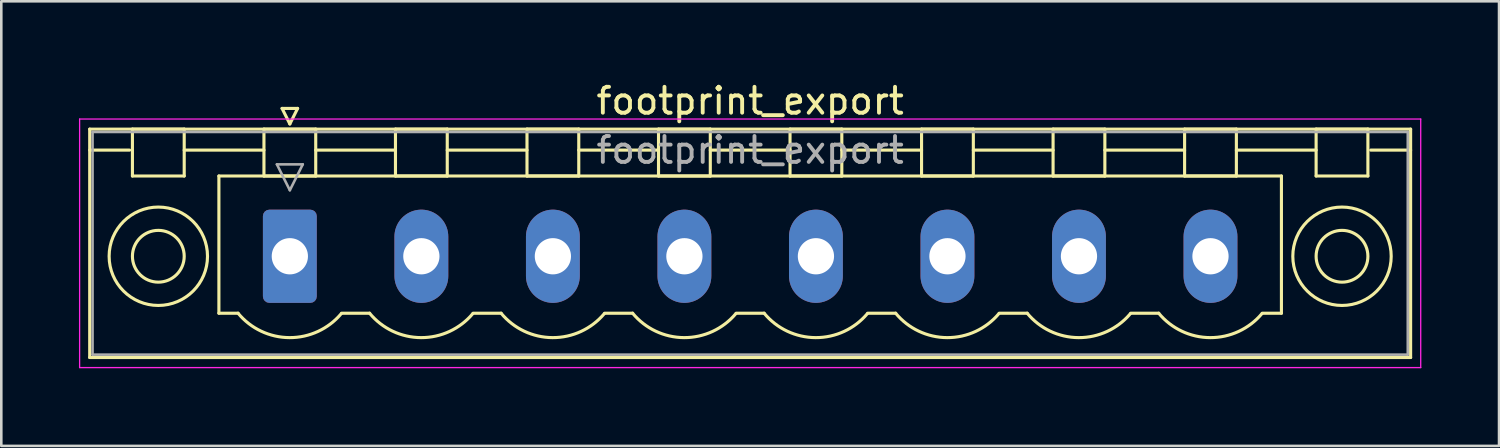
<source format=kicad_pcb>
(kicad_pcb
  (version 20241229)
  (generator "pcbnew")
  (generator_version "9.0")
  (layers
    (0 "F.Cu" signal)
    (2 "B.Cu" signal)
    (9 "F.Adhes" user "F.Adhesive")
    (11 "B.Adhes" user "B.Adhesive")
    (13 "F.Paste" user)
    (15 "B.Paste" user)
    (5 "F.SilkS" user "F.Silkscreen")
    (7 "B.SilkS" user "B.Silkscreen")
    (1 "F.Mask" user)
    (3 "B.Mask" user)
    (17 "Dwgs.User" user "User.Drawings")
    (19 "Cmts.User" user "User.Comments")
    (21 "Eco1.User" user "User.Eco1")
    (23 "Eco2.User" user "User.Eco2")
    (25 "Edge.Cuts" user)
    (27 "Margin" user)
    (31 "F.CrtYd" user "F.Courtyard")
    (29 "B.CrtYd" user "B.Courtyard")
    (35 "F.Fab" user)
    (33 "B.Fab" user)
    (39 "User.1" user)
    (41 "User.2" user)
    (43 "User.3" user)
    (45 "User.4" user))
  (footprint "footprint_export"
    (layer "F.Cu")
    (at 8.145 6.848)
    (property "Reference" "footprint_export" (at 17.78 -6 0) (layer "F.SilkS") (effects (font (size 1 1) (thickness 0.15))))
    (attr through_hole)
    (fp_line (start -7.73 -4.91) (end -7.73 3.91) (stroke (width 0.12) (type solid)) (layer "F.SilkS"))
    (fp_line (start -7.73 -4.1) (end -6.19 -4.1) (stroke (width 0.12) (type solid)) (layer "F.SilkS"))
    (fp_line (start -7.73 3.91) (end 43.29 3.91) (stroke (width 0.12) (type solid)) (layer "F.SilkS"))
    (fp_line (start -6.08 -4.91) (end -4.08 -4.91) (stroke (width 0.12) (type solid)) (layer "F.SilkS"))
    (fp_line (start -6.08 -3.1) (end -6.08 -4.91) (stroke (width 0.12) (type solid)) (layer "F.SilkS"))
    (fp_line (start -4.08 -4.91) (end -4.08 -3.1) (stroke (width 0.12) (type solid)) (layer "F.SilkS"))
    (fp_line (start -4.08 -4.1) (end -1 -4.1) (stroke (width 0.12) (type solid)) (layer "F.SilkS"))
    (fp_line (start -4.08 -3.1) (end -6.08 -3.1) (stroke (width 0.12) (type solid)) (layer "F.SilkS"))
    (fp_line (start -2.74 -3.1) (end 38.3 -3.1) (stroke (width 0.12) (type solid)) (layer "F.SilkS"))
    (fp_line (start -2.74 2.2) (end -2.74 -3.1) (stroke (width 0.12) (type solid)) (layer "F.SilkS"))
    (fp_line (start -2 2.2) (end -2.74 2.2) (stroke (width 0.12) (type solid)) (layer "F.SilkS"))
    (fp_line (start -1 -4.91) (end 1 -4.91) (stroke (width 0.12) (type solid)) (layer "F.SilkS"))
    (fp_line (start -1 -3.1) (end -1 -4.91) (stroke (width 0.12) (type solid)) (layer "F.SilkS"))
    (fp_line (start -0.3 -5.71) (end 0.3 -5.71) (stroke (width 0.12) (type solid)) (layer "F.SilkS"))
    (fp_line (start 0 -5.11) (end -0.3 -5.71) (stroke (width 0.12) (type solid)) (layer "F.SilkS"))
    (fp_line (start 0.3 -5.71) (end 0 -5.11) (stroke (width 0.12) (type solid)) (layer "F.SilkS"))
    (fp_line (start 1 -4.91) (end 1 -3.1) (stroke (width 0.12) (type solid)) (layer "F.SilkS"))
    (fp_line (start 1 -4.1) (end 4.08 -4.1) (stroke (width 0.12) (type solid)) (layer "F.SilkS"))
    (fp_line (start 1 -3.1) (end -1 -3.1) (stroke (width 0.12) (type solid)) (layer "F.SilkS"))
    (fp_line (start 2 2.2) (end 3.08 2.2) (stroke (width 0.12) (type solid)) (layer "F.SilkS"))
    (fp_line (start 4.08 -4.91) (end 6.08 -4.91) (stroke (width 0.12) (type solid)) (layer "F.SilkS"))
    (fp_line (start 4.08 -3.1) (end 4.08 -4.91) (stroke (width 0.12) (type solid)) (layer "F.SilkS"))
    (fp_line (start 6.08 -4.91) (end 6.08 -3.1) (stroke (width 0.12) (type solid)) (layer "F.SilkS"))
    (fp_line (start 6.08 -4.1) (end 9.16 -4.1) (stroke (width 0.12) (type solid)) (layer "F.SilkS"))
    (fp_line (start 6.08 -3.1) (end 4.08 -3.1) (stroke (width 0.12) (type solid)) (layer "F.SilkS"))
    (fp_line (start 7.08 2.2) (end 8.16 2.2) (stroke (width 0.12) (type solid)) (layer "F.SilkS"))
    (fp_line (start 9.16 -4.91) (end 11.16 -4.91) (stroke (width 0.12) (type solid)) (layer "F.SilkS"))
    (fp_line (start 9.16 -3.1) (end 9.16 -4.91) (stroke (width 0.12) (type solid)) (layer "F.SilkS"))
    (fp_line (start 11.16 -4.91) (end 11.16 -3.1) (stroke (width 0.12) (type solid)) (layer "F.SilkS"))
    (fp_line (start 11.16 -4.1) (end 14.24 -4.1) (stroke (width 0.12) (type solid)) (layer "F.SilkS"))
    (fp_line (start 11.16 -3.1) (end 9.16 -3.1) (stroke (width 0.12) (type solid)) (layer "F.SilkS"))
    (fp_line (start 12.16 2.2) (end 13.24 2.2) (stroke (width 0.12) (type solid)) (layer "F.SilkS"))
    (fp_line (start 14.24 -4.91) (end 16.24 -4.91) (stroke (width 0.12) (type solid)) (layer "F.SilkS"))
    (fp_line (start 14.24 -3.1) (end 14.24 -4.91) (stroke (width 0.12) (type solid)) (layer "F.SilkS"))
    (fp_line (start 16.24 -4.91) (end 16.24 -3.1) (stroke (width 0.12) (type solid)) (layer "F.SilkS"))
    (fp_line (start 16.24 -4.1) (end 19.32 -4.1) (stroke (width 0.12) (type solid)) (layer "F.SilkS"))
    (fp_line (start 16.24 -3.1) (end 14.24 -3.1) (stroke (width 0.12) (type solid)) (layer "F.SilkS"))
    (fp_line (start 17.24 2.2) (end 18.32 2.2) (stroke (width 0.12) (type solid)) (layer "F.SilkS"))
    (fp_line (start 19.32 -4.91) (end 21.32 -4.91) (stroke (width 0.12) (type solid)) (layer "F.SilkS"))
    (fp_line (start 19.32 -3.1) (end 19.32 -4.91) (stroke (width 0.12) (type solid)) (layer "F.SilkS"))
    (fp_line (start 21.32 -4.91) (end 21.32 -3.1) (stroke (width 0.12) (type solid)) (layer "F.SilkS"))
    (fp_line (start 21.32 -4.1) (end 24.4 -4.1) (stroke (width 0.12) (type solid)) (layer "F.SilkS"))
    (fp_line (start 21.32 -3.1) (end 19.32 -3.1) (stroke (width 0.12) (type solid)) (layer "F.SilkS"))
    (fp_line (start 22.32 2.2) (end 23.4 2.2) (stroke (width 0.12) (type solid)) (layer "F.SilkS"))
    (fp_line (start 24.4 -4.91) (end 26.4 -4.91) (stroke (width 0.12) (type solid)) (layer "F.SilkS"))
    (fp_line (start 24.4 -3.1) (end 24.4 -4.91) (stroke (width 0.12) (type solid)) (layer "F.SilkS"))
    (fp_line (start 26.4 -4.91) (end 26.4 -3.1) (stroke (width 0.12) (type solid)) (layer "F.SilkS"))
    (fp_line (start 26.4 -4.1) (end 29.48 -4.1) (stroke (width 0.12) (type solid)) (layer "F.SilkS"))
    (fp_line (start 26.4 -3.1) (end 24.4 -3.1) (stroke (width 0.12) (type solid)) (layer "F.SilkS"))
    (fp_line (start 27.4 2.2) (end 28.48 2.2) (stroke (width 0.12) (type solid)) (layer "F.SilkS"))
    (fp_line (start 29.48 -4.91) (end 31.48 -4.91) (stroke (width 0.12) (type solid)) (layer "F.SilkS"))
    (fp_line (start 29.48 -3.1) (end 29.48 -4.91) (stroke (width 0.12) (type solid)) (layer "F.SilkS"))
    (fp_line (start 31.48 -4.91) (end 31.48 -3.1) (stroke (width 0.12) (type solid)) (layer "F.SilkS"))
    (fp_line (start 31.48 -4.1) (end 34.56 -4.1) (stroke (width 0.12) (type solid)) (layer "F.SilkS"))
    (fp_line (start 31.48 -3.1) (end 29.48 -3.1) (stroke (width 0.12) (type solid)) (layer "F.SilkS"))
    (fp_line (start 32.48 2.2) (end 33.56 2.2) (stroke (width 0.12) (type solid)) (layer "F.SilkS"))
    (fp_line (start 34.56 -4.91) (end 36.56 -4.91) (stroke (width 0.12) (type solid)) (layer "F.SilkS"))
    (fp_line (start 34.56 -3.1) (end 34.56 -4.91) (stroke (width 0.12) (type solid)) (layer "F.SilkS"))
    (fp_line (start 36.56 -4.91) (end 36.56 -3.1) (stroke (width 0.12) (type solid)) (layer "F.SilkS"))
    (fp_line (start 36.56 -4.1) (end 39.64 -4.1) (stroke (width 0.12) (type solid)) (layer "F.SilkS"))
    (fp_line (start 36.56 -3.1) (end 34.56 -3.1) (stroke (width 0.12) (type solid)) (layer "F.SilkS"))
    (fp_line (start 38.3 -3.1) (end 38.3 2.2) (stroke (width 0.12) (type solid)) (layer "F.SilkS"))
    (fp_line (start 38.3 2.2) (end 37.56 2.2) (stroke (width 0.12) (type solid)) (layer "F.SilkS"))
    (fp_line (start 39.64 -4.91) (end 41.64 -4.91) (stroke (width 0.12) (type solid)) (layer "F.SilkS"))
    (fp_line (start 39.64 -3.1) (end 39.64 -4.91) (stroke (width 0.12) (type solid)) (layer "F.SilkS"))
    (fp_line (start 41.64 -4.91) (end 41.64 -3.1) (stroke (width 0.12) (type solid)) (layer "F.SilkS"))
    (fp_line (start 41.64 -3.1) (end 39.64 -3.1) (stroke (width 0.12) (type solid)) (layer "F.SilkS"))
    (fp_line (start 43.29 -4.91) (end -7.73 -4.91) (stroke (width 0.12) (type solid)) (layer "F.SilkS"))
    (fp_line (start 43.29 -4.1) (end 41.75 -4.1) (stroke (width 0.12) (type solid)) (layer "F.SilkS"))
    (fp_line (start 43.29 3.91) (end 43.29 -4.91) (stroke (width 0.12) (type solid)) (layer "F.SilkS"))
    (fp_arc (start 1.986842 2.215821) (mid -0.010289 3.142758) (end -2 2.2) (stroke (width 0.12) (type solid)) (layer "F.SilkS"))
    (fp_arc (start 7.066842 2.215821) (mid 5.069711 3.142758) (end 3.08 2.2) (stroke (width 0.12) (type solid)) (layer "F.SilkS"))
    (fp_arc (start 12.146842 2.215821) (mid 10.149711 3.142758) (end 8.16 2.2) (stroke (width 0.12) (type solid)) (layer "F.SilkS"))
    (fp_arc (start 17.226842 2.215821) (mid 15.229711 3.142758) (end 13.24 2.2) (stroke (width 0.12) (type solid)) (layer "F.SilkS"))
    (fp_arc (start 22.306842 2.215821) (mid 20.309711 3.142758) (end 18.32 2.2) (stroke (width 0.12) (type solid)) (layer "F.SilkS"))
    (fp_arc (start 27.386842 2.215821) (mid 25.389711 3.142758) (end 23.4 2.2) (stroke (width 0.12) (type solid)) (layer "F.SilkS"))
    (fp_arc (start 32.466842 2.215821) (mid 30.469711 3.142758) (end 28.48 2.2) (stroke (width 0.12) (type solid)) (layer "F.SilkS"))
    (fp_arc (start 37.546842 2.215821) (mid 35.549711 3.142758) (end 33.56 2.2) (stroke (width 0.12) (type solid)) (layer "F.SilkS"))
    (fp_circle (center -5.08 0) (end -4.08 0) (stroke (width 0.12) (type solid)) (fill no) (layer "F.SilkS"))
    (fp_circle (center -5.08 0) (end -3.18 0) (stroke (width 0.12) (type solid)) (fill no) (layer "F.SilkS"))
    (fp_circle (center 40.64 0) (end 41.64 0) (stroke (width 0.12) (type solid)) (fill no) (layer "F.SilkS"))
    (fp_circle (center 40.64 0) (end 42.54 0) (stroke (width 0.12) (type solid)) (fill no) (layer "F.SilkS"))
    (fp_line (start -8.12 -5.3) (end -8.12 4.3) (stroke (width 0.05) (type solid)) (layer "F.CrtYd"))
    (fp_line (start -8.12 4.3) (end 43.68 4.3) (stroke (width 0.05) (type solid)) (layer "F.CrtYd"))
    (fp_line (start 43.68 -5.3) (end -8.12 -5.3) (stroke (width 0.05) (type solid)) (layer "F.CrtYd"))
    (fp_line (start 43.68 4.3) (end 43.68 -5.3) (stroke (width 0.05) (type solid)) (layer "F.CrtYd"))
    (fp_line (start -7.62 -4.8) (end -7.62 3.8) (stroke (width 0.1) (type solid)) (layer "F.Fab"))
    (fp_line (start -7.62 3.8) (end 43.18 3.8) (stroke (width 0.1) (type solid)) (layer "F.Fab"))
    (fp_line (start -0.5 -3.55) (end 0.5 -3.55) (stroke (width 0.1) (type solid)) (layer "F.Fab"))
    (fp_line (start 0 -2.55) (end -0.5 -3.55) (stroke (width 0.1) (type solid)) (layer "F.Fab"))
    (fp_line (start 0.5 -3.55) (end 0 -2.55) (stroke (width 0.1) (type solid)) (layer "F.Fab"))
    (fp_line (start 43.18 -4.8) (end -7.62 -4.8) (stroke (width 0.1) (type solid)) (layer "F.Fab"))
    (fp_line (start 43.18 3.8) (end 43.18 -4.8) (stroke (width 0.1) (type solid)) (layer "F.Fab"))
    (fp_text user "${REFERENCE}" (at 17.78 -4.1 0) (layer "F.Fab") (effects (font (size 1 1) (thickness 0.15))))
    (pad "1" thru_hole roundrect (at 0 0) (size 2.08 3.6) (drill 1.4) (layers "*.Cu" "*.Mask") (roundrect_rratio 0.12))
    (pad "2" thru_hole oval (at 5.08 0) (size 2.08 3.6) (drill 1.4) (layers "*.Cu" "*.Mask"))
    (pad "3" thru_hole oval (at 10.16 0) (size 2.08 3.6) (drill 1.4) (layers "*.Cu" "*.Mask"))
    (pad "4" thru_hole oval (at 15.24 0) (size 2.08 3.6) (drill 1.4) (layers "*.Cu" "*.Mask"))
    (pad "5" thru_hole oval (at 20.32 0) (size 2.08 3.6) (drill 1.4) (layers "*.Cu" "*.Mask"))
    (pad "6" thru_hole oval (at 25.4 0) (size 2.08 3.6) (drill 1.4) (layers "*.Cu" "*.Mask"))
    (pad "7" thru_hole oval (at 30.48 0) (size 2.08 3.6) (drill 1.4) (layers "*.Cu" "*.Mask"))
    (pad "8" thru_hole oval (at 35.56 0) (size 2.08 3.6) (drill 1.4) (layers "*.Cu" "*.Mask")))
  (gr_rect
    (start -3 -3)
    (end 54.85 14.173)
    (stroke (width 0.1) (type default))
    (fill no)
    (layer "Edge.Cuts")))
</source>
